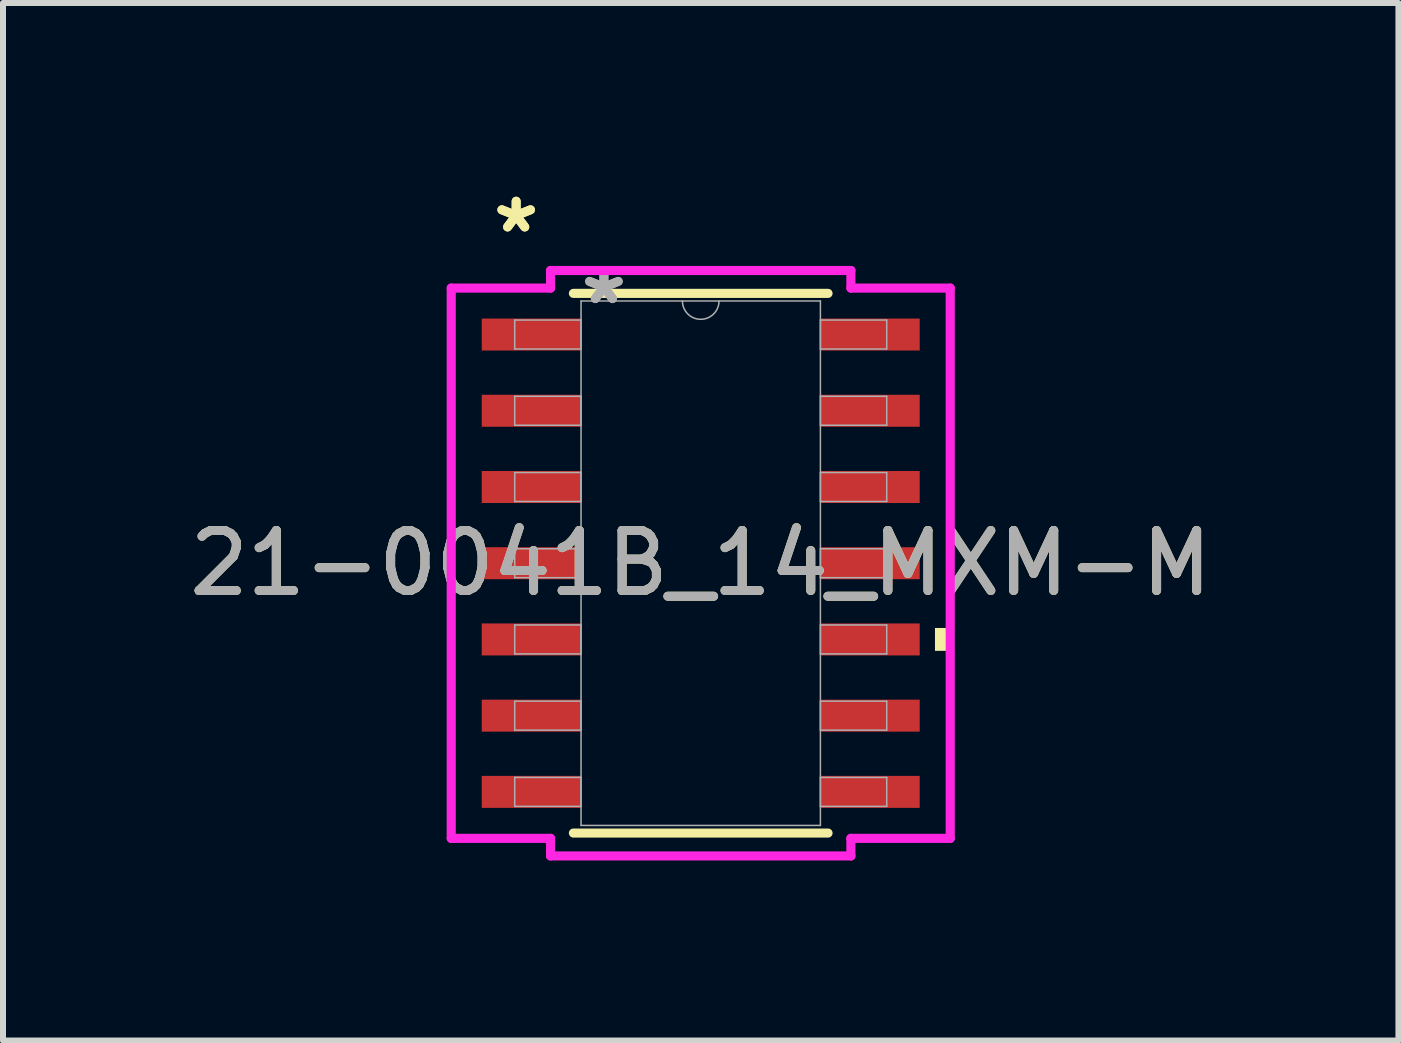
<source format=kicad_pcb>
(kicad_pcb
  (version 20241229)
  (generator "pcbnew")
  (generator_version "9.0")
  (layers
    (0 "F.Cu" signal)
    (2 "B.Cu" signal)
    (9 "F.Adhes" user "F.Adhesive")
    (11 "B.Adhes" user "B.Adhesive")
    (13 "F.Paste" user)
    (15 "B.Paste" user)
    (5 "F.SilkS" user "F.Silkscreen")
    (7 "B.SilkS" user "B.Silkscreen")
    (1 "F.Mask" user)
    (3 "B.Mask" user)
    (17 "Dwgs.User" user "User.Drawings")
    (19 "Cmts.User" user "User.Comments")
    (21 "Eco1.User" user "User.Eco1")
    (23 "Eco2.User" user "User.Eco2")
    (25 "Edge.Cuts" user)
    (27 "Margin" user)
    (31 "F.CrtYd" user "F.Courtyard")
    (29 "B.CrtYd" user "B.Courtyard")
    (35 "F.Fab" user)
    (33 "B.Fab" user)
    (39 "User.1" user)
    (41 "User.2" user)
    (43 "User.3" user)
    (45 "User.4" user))
  (footprint "21-0041B_14_MXM-M"
    (layer "F.Cu")
    (at 8.625 6.334)
    (property "Reference" "21-0041B_14_MXM-M" (at 0 0 0) (unlocked yes) (layer "F.SilkS") (effects (font (size 1 1) (thickness 0.15))))
    (attr smd)
    (fp_line (start -2.121 4.496) (end 2.121 4.496) (stroke (width 0.152) (type solid)) (layer "F.SilkS"))
    (fp_line (start 2.121 -4.496) (end -2.121 -4.496) (stroke (width 0.152) (type solid)) (layer "F.SilkS"))
    (fp_poly (pts (xy 4.157 1.079) (xy 4.157 1.46) (xy 3.903 1.46) (xy 3.903 1.079)) (stroke (width 0) (type solid)) (fill yes) (layer "F.SilkS"))
    (fp_line (start -4.157 -4.584) (end -2.502 -4.584) (stroke (width 0.152) (type solid)) (layer "F.CrtYd"))
    (fp_line (start -4.157 4.584) (end -4.157 -4.584) (stroke (width 0.152) (type solid)) (layer "F.CrtYd"))
    (fp_line (start -4.157 4.584) (end -2.502 4.584) (stroke (width 0.152) (type solid)) (layer "F.CrtYd"))
    (fp_line (start -2.502 -4.877) (end 2.502 -4.877) (stroke (width 0.152) (type solid)) (layer "F.CrtYd"))
    (fp_line (start -2.502 -4.584) (end -2.502 -4.877) (stroke (width 0.152) (type solid)) (layer "F.CrtYd"))
    (fp_line (start -2.502 4.877) (end -2.502 4.584) (stroke (width 0.152) (type solid)) (layer "F.CrtYd"))
    (fp_line (start 2.502 -4.877) (end 2.502 -4.584) (stroke (width 0.152) (type solid)) (layer "F.CrtYd"))
    (fp_line (start 2.502 4.584) (end 2.502 4.877) (stroke (width 0.152) (type solid)) (layer "F.CrtYd"))
    (fp_line (start 2.502 4.877) (end -2.502 4.877) (stroke (width 0.152) (type solid)) (layer "F.CrtYd"))
    (fp_line (start 4.157 -4.584) (end 2.502 -4.584) (stroke (width 0.152) (type solid)) (layer "F.CrtYd"))
    (fp_line (start 4.157 -4.584) (end 4.157 4.584) (stroke (width 0.152) (type solid)) (layer "F.CrtYd"))
    (fp_line (start 4.157 4.584) (end 2.502 4.584) (stroke (width 0.152) (type solid)) (layer "F.CrtYd"))
    (fp_line (start -3.099 -4.051) (end -3.099 -3.569) (stroke (width 0.025) (type solid)) (layer "F.Fab"))
    (fp_line (start -3.099 -3.569) (end -1.994 -3.569) (stroke (width 0.025) (type solid)) (layer "F.Fab"))
    (fp_line (start -3.099 -2.781) (end -3.099 -2.299) (stroke (width 0.025) (type solid)) (layer "F.Fab"))
    (fp_line (start -3.099 -2.299) (end -1.994 -2.299) (stroke (width 0.025) (type solid)) (layer "F.Fab"))
    (fp_line (start -3.099 -1.511) (end -3.099 -1.029) (stroke (width 0.025) (type solid)) (layer "F.Fab"))
    (fp_line (start -3.099 -1.029) (end -1.994 -1.029) (stroke (width 0.025) (type solid)) (layer "F.Fab"))
    (fp_line (start -3.099 -0.241) (end -3.099 0.241) (stroke (width 0.025) (type solid)) (layer "F.Fab"))
    (fp_line (start -3.099 0.241) (end -1.994 0.241) (stroke (width 0.025) (type solid)) (layer "F.Fab"))
    (fp_line (start -3.099 1.029) (end -3.099 1.511) (stroke (width 0.025) (type solid)) (layer "F.Fab"))
    (fp_line (start -3.099 1.511) (end -1.994 1.511) (stroke (width 0.025) (type solid)) (layer "F.Fab"))
    (fp_line (start -3.099 2.299) (end -3.099 2.781) (stroke (width 0.025) (type solid)) (layer "F.Fab"))
    (fp_line (start -3.099 2.781) (end -1.994 2.781) (stroke (width 0.025) (type solid)) (layer "F.Fab"))
    (fp_line (start -3.099 3.569) (end -3.099 4.051) (stroke (width 0.025) (type solid)) (layer "F.Fab"))
    (fp_line (start -3.099 4.051) (end -1.994 4.051) (stroke (width 0.025) (type solid)) (layer "F.Fab"))
    (fp_line (start -1.994 -4.369) (end -1.994 4.369) (stroke (width 0.025) (type solid)) (layer "F.Fab"))
    (fp_line (start -1.994 -4.051) (end -3.099 -4.051) (stroke (width 0.025) (type solid)) (layer "F.Fab"))
    (fp_line (start -1.994 -3.569) (end -1.994 -4.051) (stroke (width 0.025) (type solid)) (layer "F.Fab"))
    (fp_line (start -1.994 -2.781) (end -3.099 -2.781) (stroke (width 0.025) (type solid)) (layer "F.Fab"))
    (fp_line (start -1.994 -2.299) (end -1.994 -2.781) (stroke (width 0.025) (type solid)) (layer "F.Fab"))
    (fp_line (start -1.994 -1.511) (end -3.099 -1.511) (stroke (width 0.025) (type solid)) (layer "F.Fab"))
    (fp_line (start -1.994 -1.029) (end -1.994 -1.511) (stroke (width 0.025) (type solid)) (layer "F.Fab"))
    (fp_line (start -1.994 -0.241) (end -3.099 -0.241) (stroke (width 0.025) (type solid)) (layer "F.Fab"))
    (fp_line (start -1.994 0.241) (end -1.994 -0.241) (stroke (width 0.025) (type solid)) (layer "F.Fab"))
    (fp_line (start -1.994 1.029) (end -3.099 1.029) (stroke (width 0.025) (type solid)) (layer "F.Fab"))
    (fp_line (start -1.994 1.511) (end -1.994 1.029) (stroke (width 0.025) (type solid)) (layer "F.Fab"))
    (fp_line (start -1.994 2.299) (end -3.099 2.299) (stroke (width 0.025) (type solid)) (layer "F.Fab"))
    (fp_line (start -1.994 2.781) (end -1.994 2.299) (stroke (width 0.025) (type solid)) (layer "F.Fab"))
    (fp_line (start -1.994 3.569) (end -3.099 3.569) (stroke (width 0.025) (type solid)) (layer "F.Fab"))
    (fp_line (start -1.994 4.051) (end -1.994 3.569) (stroke (width 0.025) (type solid)) (layer "F.Fab"))
    (fp_line (start -1.994 4.369) (end 1.994 4.369) (stroke (width 0.025) (type solid)) (layer "F.Fab"))
    (fp_line (start 1.994 -4.369) (end -1.994 -4.369) (stroke (width 0.025) (type solid)) (layer "F.Fab"))
    (fp_line (start 1.994 -4.051) (end 1.994 -3.569) (stroke (width 0.025) (type solid)) (layer "F.Fab"))
    (fp_line (start 1.994 -3.569) (end 3.099 -3.569) (stroke (width 0.025) (type solid)) (layer "F.Fab"))
    (fp_line (start 1.994 -2.781) (end 1.994 -2.299) (stroke (width 0.025) (type solid)) (layer "F.Fab"))
    (fp_line (start 1.994 -2.299) (end 3.099 -2.299) (stroke (width 0.025) (type solid)) (layer "F.Fab"))
    (fp_line (start 1.994 -1.511) (end 1.994 -1.029) (stroke (width 0.025) (type solid)) (layer "F.Fab"))
    (fp_line (start 1.994 -1.029) (end 3.099 -1.029) (stroke (width 0.025) (type solid)) (layer "F.Fab"))
    (fp_line (start 1.994 -0.241) (end 1.994 0.241) (stroke (width 0.025) (type solid)) (layer "F.Fab"))
    (fp_line (start 1.994 0.241) (end 3.099 0.241) (stroke (width 0.025) (type solid)) (layer "F.Fab"))
    (fp_line (start 1.994 1.029) (end 1.994 1.511) (stroke (width 0.025) (type solid)) (layer "F.Fab"))
    (fp_line (start 1.994 1.511) (end 3.099 1.511) (stroke (width 0.025) (type solid)) (layer "F.Fab"))
    (fp_line (start 1.994 2.299) (end 1.994 2.781) (stroke (width 0.025) (type solid)) (layer "F.Fab"))
    (fp_line (start 1.994 2.781) (end 3.099 2.781) (stroke (width 0.025) (type solid)) (layer "F.Fab"))
    (fp_line (start 1.994 3.569) (end 1.994 4.051) (stroke (width 0.025) (type solid)) (layer "F.Fab"))
    (fp_line (start 1.994 4.051) (end 3.099 4.051) (stroke (width 0.025) (type solid)) (layer "F.Fab"))
    (fp_line (start 1.994 4.369) (end 1.994 -4.369) (stroke (width 0.025) (type solid)) (layer "F.Fab"))
    (fp_line (start 3.099 -4.051) (end 1.994 -4.051) (stroke (width 0.025) (type solid)) (layer "F.Fab"))
    (fp_line (start 3.099 -3.569) (end 3.099 -4.051) (stroke (width 0.025) (type solid)) (layer "F.Fab"))
    (fp_line (start 3.099 -2.781) (end 1.994 -2.781) (stroke (width 0.025) (type solid)) (layer "F.Fab"))
    (fp_line (start 3.099 -2.299) (end 3.099 -2.781) (stroke (width 0.025) (type solid)) (layer "F.Fab"))
    (fp_line (start 3.099 -1.511) (end 1.994 -1.511) (stroke (width 0.025) (type solid)) (layer "F.Fab"))
    (fp_line (start 3.099 -1.029) (end 3.099 -1.511) (stroke (width 0.025) (type solid)) (layer "F.Fab"))
    (fp_line (start 3.099 -0.241) (end 1.994 -0.241) (stroke (width 0.025) (type solid)) (layer "F.Fab"))
    (fp_line (start 3.099 0.241) (end 3.099 -0.241) (stroke (width 0.025) (type solid)) (layer "F.Fab"))
    (fp_line (start 3.099 1.029) (end 1.994 1.029) (stroke (width 0.025) (type solid)) (layer "F.Fab"))
    (fp_line (start 3.099 1.511) (end 3.099 1.029) (stroke (width 0.025) (type solid)) (layer "F.Fab"))
    (fp_line (start 3.099 2.299) (end 1.994 2.299) (stroke (width 0.025) (type solid)) (layer "F.Fab"))
    (fp_line (start 3.099 2.781) (end 3.099 2.299) (stroke (width 0.025) (type solid)) (layer "F.Fab"))
    (fp_line (start 3.099 3.569) (end 1.994 3.569) (stroke (width 0.025) (type solid)) (layer "F.Fab"))
    (fp_line (start 3.099 4.051) (end 3.099 3.569) (stroke (width 0.025) (type solid)) (layer "F.Fab"))
    (fp_arc (start 0.3048 -4.3688) (mid 0 -4.064) (end -0.3048 -4.3688) (stroke (width 0.0254) (type solid)) (layer "F.Fab"))
    (fp_text user "*" (at -3.075 -5.486 0) (unlocked yes) (layer "F.SilkS") (effects (font (size 1 1) (thickness 0.15))))
    (fp_text user "*" (at -3.075 -5.486 0) (layer "F.SilkS") (effects (font (size 1 1) (thickness 0.15))))
    (fp_text user "${REFERENCE}" (at 0 0 0) (unlocked yes) (layer "F.Fab") (effects (font (size 1 1) (thickness 0.15))))
    (fp_text user "*" (at -1.613 -4.293 0) (unlocked yes) (layer "F.Fab") (effects (font (size 1 1) (thickness 0.15))))
    (fp_text user "*" (at -1.613 -4.293 0) (layer "F.Fab") (effects (font (size 1 1) (thickness 0.15))))
    (pad "1" smd rect (at -2.821 -3.81) (size 1.655 0.533) (layers "F.Cu" "F.Mask" "F.Paste"))
    (pad "2" smd rect (at -2.821 -2.54) (size 1.655 0.533) (layers "F.Cu" "F.Mask" "F.Paste"))
    (pad "3" smd rect (at -2.821 -1.27) (size 1.655 0.533) (layers "F.Cu" "F.Mask" "F.Paste"))
    (pad "4" smd rect (at -2.821 0) (size 1.655 0.533) (layers "F.Cu" "F.Mask" "F.Paste"))
    (pad "5" smd rect (at -2.821 1.27) (size 1.655 0.533) (layers "F.Cu" "F.Mask" "F.Paste"))
    (pad "6" smd rect (at -2.821 2.54) (size 1.655 0.533) (layers "F.Cu" "F.Mask" "F.Paste"))
    (pad "7" smd rect (at -2.821 3.81) (size 1.655 0.533) (layers "F.Cu" "F.Mask" "F.Paste"))
    (pad "8" smd rect (at 2.821 3.81) (size 1.655 0.533) (layers "F.Cu" "F.Mask" "F.Paste"))
    (pad "9" smd rect (at 2.821 2.54) (size 1.655 0.533) (layers "F.Cu" "F.Mask" "F.Paste"))
    (pad "10" smd rect (at 2.821 1.27) (size 1.655 0.533) (layers "F.Cu" "F.Mask" "F.Paste"))
    (pad "11" smd rect (at 2.821 0) (size 1.655 0.533) (layers "F.Cu" "F.Mask" "F.Paste"))
    (pad "12" smd rect (at 2.821 -1.27) (size 1.655 0.533) (layers "F.Cu" "F.Mask" "F.Paste"))
    (pad "13" smd rect (at 2.821 -2.54) (size 1.655 0.533) (layers "F.Cu" "F.Mask" "F.Paste"))
    (pad "14" smd rect (at 2.821 -3.81) (size 1.655 0.533) (layers "F.Cu" "F.Mask" "F.Paste")))
  (gr_rect
    (start -3 -3)
    (end 20.25 14.287)
    (stroke (width 0.1) (type default))
    (fill no)
    (layer "Edge.Cuts")))
</source>
